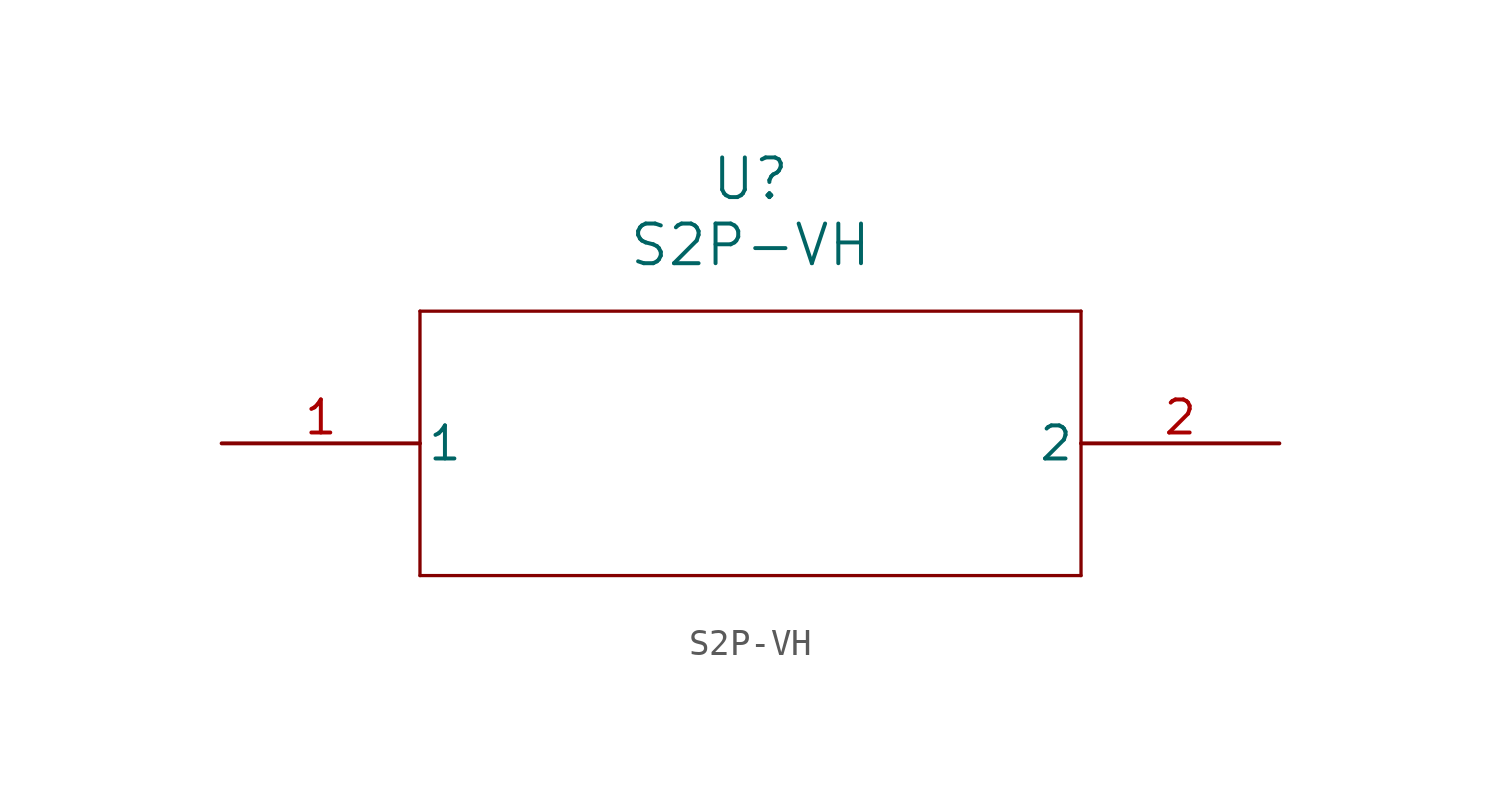
<source format=kicad_sym>
(kicad_symbol_lib
  (version 20211014)
  (generator kicad_symbol_editor)
  (symbol "S2P-VH"
    (pin_names
      (offset 0.254))
    (property "Reference" "U"
      (at 20.32 10.16 0)
      (effects (font (size 1.524 1.524))))
    (property "Value" "S2P-VH"
      (at 20.32 7.62 0)
      (effects (font (size 1.524 1.524))))
    (symbol "S2P-VH_0_1"
      (polyline (pts (xy 7.62 5.08) (xy 7.62 -5.08)) (stroke (width 0.127) (type default) (color 0 0 0 0)) (fill (type none)))
      (polyline (pts (xy 7.62 -5.08) (xy 33.02 -5.08)) (stroke (width 0.127) (type default) (color 0 0 0 0)) (fill (type none)))
      (polyline (pts (xy 33.02 -5.08) (xy 33.02 5.08)) (stroke (width 0.127) (type default) (color 0 0 0 0)) (fill (type none)))
      (polyline (pts (xy 33.02 5.08) (xy 7.62 5.08)) (stroke (width 0.127) (type default) (color 0 0 0 0)) (fill (type none)))
      (pin unspecified line (at 0 0 0) (length 7.62) (name "1" (effects (font (size 1.27 1.27)))) (number "1" (effects (font (size 1.27 1.27)))))
      (pin unspecified line (at 40.64 0 180) (length 7.62) (name "2" (effects (font (size 1.27 1.27)))) (number "2" (effects (font (size 1.27 1.27))))))))
</source>
